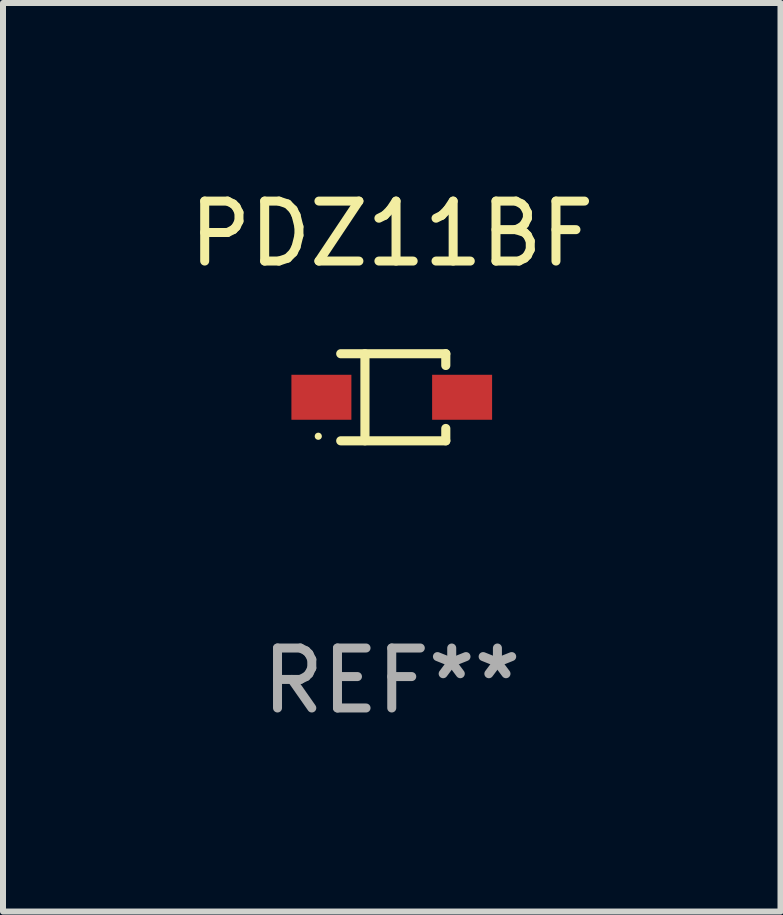
<source format=kicad_pcb>
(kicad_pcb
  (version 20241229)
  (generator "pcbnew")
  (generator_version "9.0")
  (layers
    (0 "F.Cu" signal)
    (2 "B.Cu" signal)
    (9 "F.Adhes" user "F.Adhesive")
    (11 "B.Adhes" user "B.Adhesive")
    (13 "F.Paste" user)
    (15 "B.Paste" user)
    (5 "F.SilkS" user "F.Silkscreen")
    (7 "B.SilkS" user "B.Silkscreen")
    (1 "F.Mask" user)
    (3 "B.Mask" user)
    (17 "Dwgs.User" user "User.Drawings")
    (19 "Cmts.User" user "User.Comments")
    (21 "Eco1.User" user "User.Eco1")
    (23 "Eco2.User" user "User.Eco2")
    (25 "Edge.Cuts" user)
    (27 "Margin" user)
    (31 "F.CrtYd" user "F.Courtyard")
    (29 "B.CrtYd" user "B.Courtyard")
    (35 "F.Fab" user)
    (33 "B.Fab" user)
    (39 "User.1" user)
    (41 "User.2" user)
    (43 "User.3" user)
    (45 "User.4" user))
  (footprint "PDZ11BF"
    (layer "F.Cu")
    (at 3.482 3.574)
    (property "Reference" "PDZ11BF" (at 0 -2.726 0) (layer "F.SilkS") (effects (font (size 1 1) (thickness 0.15))))
    (attr through_hole)
    (fp_line (start -0.851 -0.726) (end 0.901 -0.726) (stroke (width 0.152) (type solid)) (layer "F.SilkS"))
    (fp_line (start -0.851 0.726) (end 0.901 0.726) (stroke (width 0.152) (type solid)) (layer "F.SilkS"))
    (fp_line (start -0.447 -0.726) (end -0.447 0.726) (stroke (width 0.152) (type solid)) (layer "F.SilkS"))
    (fp_line (start 0.901 -0.726) (end 0.901 -0.53) (stroke (width 0.152) (type solid)) (layer "F.SilkS"))
    (fp_line (start 0.901 0.726) (end 0.901 0.52) (stroke (width 0.152) (type solid)) (layer "F.SilkS"))
    (fp_circle (center -1.225 0.65) (end -1.195 0.65) (stroke (width 0.06) (type solid)) (fill no) (layer "F.SilkS"))
    (fp_text user "REF**" (at 0 4.726 0) (layer "F.Fab") (effects (font (size 1 1) (thickness 0.15))))
    (pad "1" smd rect (at -1.173 0) (size 1 0.75) (layers "F.Cu" "F.Mask" "F.Paste"))
    (pad "2" smd rect (at 1.173 0) (size 1 0.75) (layers "F.Cu" "F.Mask" "F.Paste")))
  (gr_rect
    (start -3 -3)
    (end 9.964 12.149)
    (stroke (width 0.1) (type default))
    (fill no)
    (layer "Edge.Cuts")))
</source>
